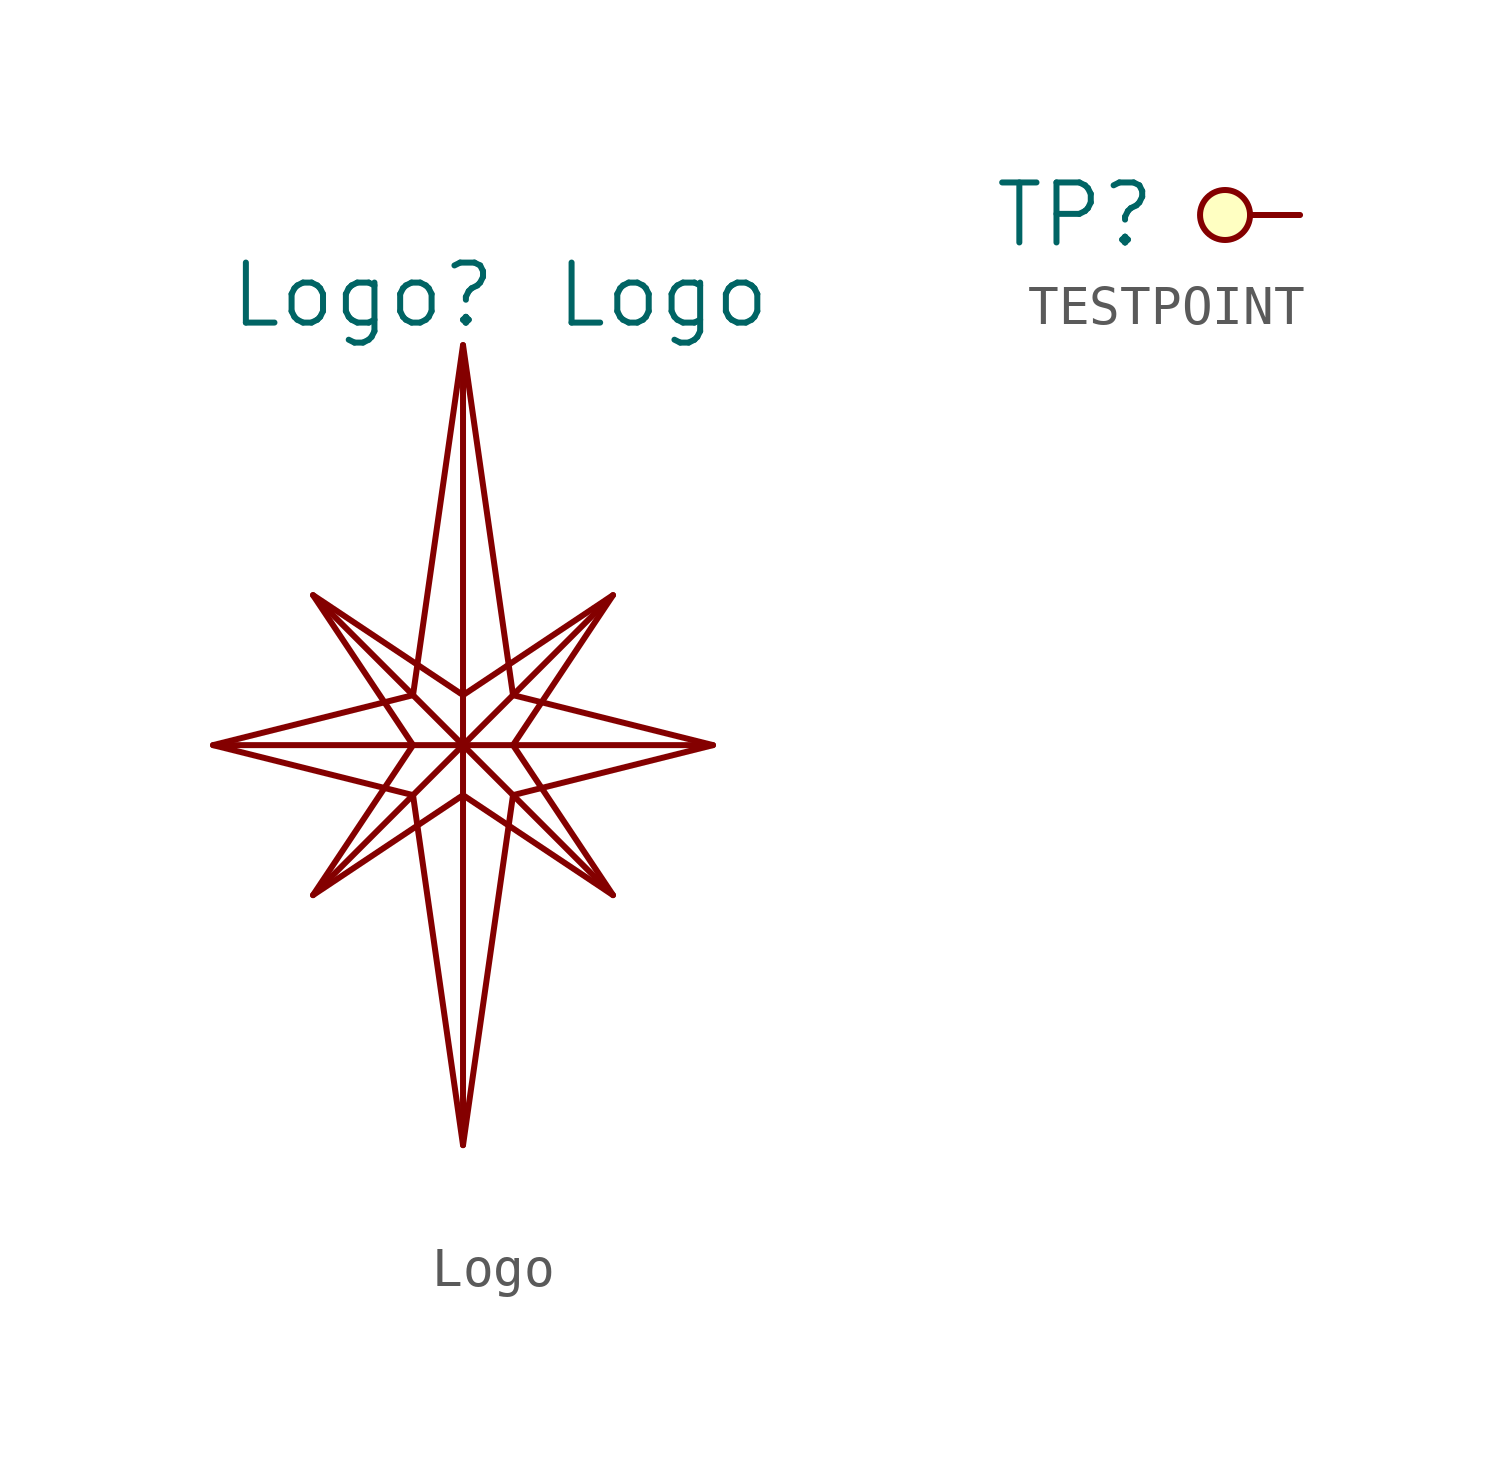
<source format=kicad_sym>
(kicad_symbol_lib
  (version 20201005)
  (generator kicad_symbol_editor)
  (symbol "Logo"
    (pin_names
      (offset 1.016))
    (property "Reference" "Logo"
      (at -2.54 11.43 0)
      (effects (font (size 1.524 1.524))))
    (property "Value" "Logo"
      (at 5.08 11.43 0)
      (effects (font (size 1.524 1.524))))
    (property "Footprint" ""
      (at 0 0 0)
      (effects (font (size 1.524 1.524))))
    (property "Datasheet" ""
      (at 0 0 0)
      (effects (font (size 1.524 1.524))))
    (symbol "Logo_0_1"
      (polyline (pts (xy -6.35 0) (xy 6.35 0)) (stroke (width 0)) (fill (type none)))
      (polyline (pts (xy -3.81 3.81) (xy 3.81 -3.81)) (stroke (width 0)) (fill (type none)))
      (polyline (pts (xy 0 10.16) (xy 0 -10.16)) (stroke (width 0)) (fill (type none)))
      (polyline (pts (xy 3.81 3.81) (xy -3.81 -3.81)) (stroke (width 0)) (fill (type none)))
      (polyline (pts (xy -1.27 1.27) (xy 0 10.16) (xy 1.27 1.27) (xy 6.35 0) (xy 1.27 -1.27) (xy 0 -10.16) (xy -1.27 -1.27) (xy -6.35 0) (xy -1.27 1.27)) (stroke (width 0)) (fill (type none)))
      (polyline (pts (xy 0 1.27) (xy 3.81 3.81) (xy 1.27 0) (xy 3.81 -3.81) (xy 0 -1.27) (xy -3.81 -3.81) (xy -1.27 0) (xy -3.81 3.81) (xy 0 1.27)) (stroke (width 0)) (fill (type none)))))
  (symbol "TESTPOINT"
    (pin_numbers hide)
    (pin_names
      (offset 1.016))
    (property "Reference" "TP"
      (at -5.715 0 0)
      (effects (font (size 1.524 1.524))))
    (symbol "TESTPOINT_0_1"
      (circle (center -1.905 0) (radius 0.635) (stroke (width 0)) (fill (type background))))
    (symbol "TESTPOINT_1_1"
      (pin passive line (at 0 0 180) (length 1.27) (name "~" (effects (font (size 1.27 1.27)))) (number "1" (effects (font (size 1.27 1.27))))))))
</source>
